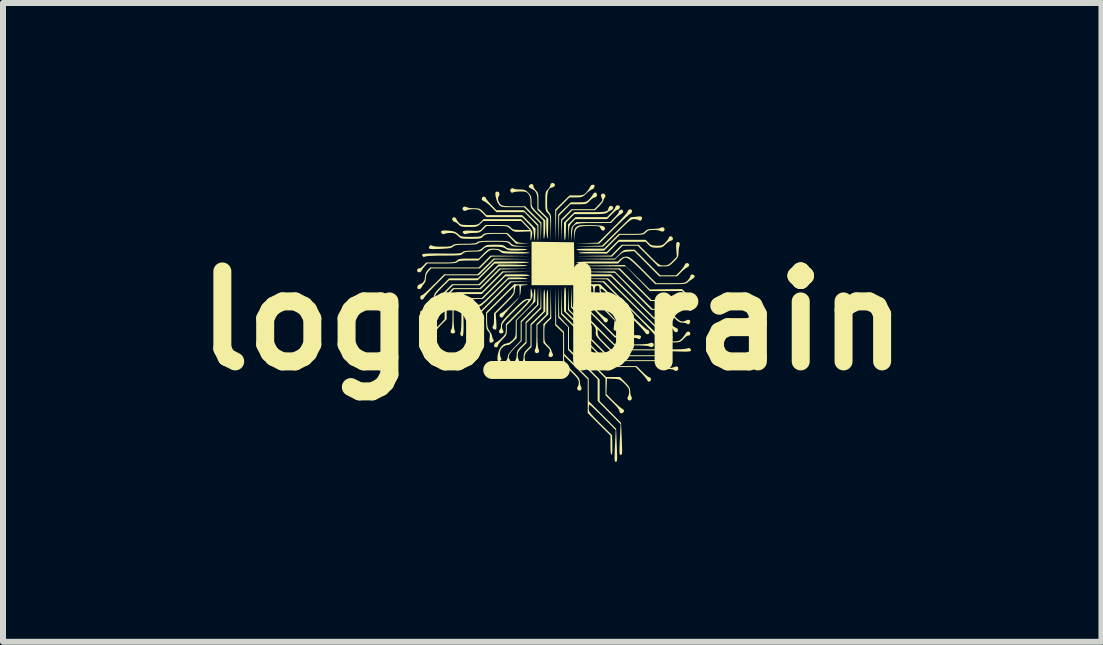
<source format=kicad_pcb>
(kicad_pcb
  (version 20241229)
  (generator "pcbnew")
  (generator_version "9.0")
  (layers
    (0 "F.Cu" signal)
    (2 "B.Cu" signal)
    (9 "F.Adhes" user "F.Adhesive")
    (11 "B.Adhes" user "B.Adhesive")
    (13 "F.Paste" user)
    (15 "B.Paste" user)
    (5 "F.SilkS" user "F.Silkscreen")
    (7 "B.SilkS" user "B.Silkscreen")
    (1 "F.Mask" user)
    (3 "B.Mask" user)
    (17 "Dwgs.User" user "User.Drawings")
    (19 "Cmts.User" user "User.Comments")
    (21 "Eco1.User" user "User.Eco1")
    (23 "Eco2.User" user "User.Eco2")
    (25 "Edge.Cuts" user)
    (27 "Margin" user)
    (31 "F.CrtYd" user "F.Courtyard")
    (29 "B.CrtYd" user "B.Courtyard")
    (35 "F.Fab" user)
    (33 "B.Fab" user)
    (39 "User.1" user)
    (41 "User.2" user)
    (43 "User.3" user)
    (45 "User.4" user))
  (footprint "logo_brain"
    (layer "F.Cu")
    (at 6.157 2.297)
    (property "Reference" "logo_brain" (at 0 0 0) (layer "F.SilkS") (effects (font (size 1.5 1.5) (thickness 0.3))))
    (attr board_only exclude_from_pos_files exclude_from_bom)
    (fp_poly (pts (xy -0.543 -0.402) (xy -0.552 -0.394) (xy -0.543 -0.411)) (stroke (width 0) (type solid)) (fill yes) (layer "F.SilkS"))
    (fp_poly (pts (xy 0.009 -1.312) (xy 0.363 -1.308) (xy 0.367 -0.95) (xy 0.37 -0.592) (xy 0.012 -0.592) (xy -0.345 -0.592) (xy -0.345 -0.954) (xy -0.345 -1.317)) (stroke (width 0) (type solid)) (fill yes) (layer "F.SilkS"))
    (fp_poly (pts (xy -0.556 -0.386) (xy -0.584 -0.349) (xy -0.629 -0.299) (xy -0.664 -0.261) (xy -0.717 -0.202) (xy -0.762 -0.149) (xy -0.795 -0.107) (xy -0.808 -0.085) (xy -0.83 -0.056) (xy -0.851 -0.052) (xy -0.875 -0.069) (xy -0.879 -0.097) (xy -0.864 -0.122) (xy -0.847 -0.129) (xy -0.823 -0.142) (xy -0.782 -0.174) (xy -0.729 -0.22) (xy -0.679 -0.268) (xy -0.552 -0.394)) (stroke (width 0) (type solid)) (fill yes) (layer "F.SilkS"))
    (fp_poly (pts (xy -0.534 -0.655) (xy -0.37 -0.651) (xy -0.526 -0.646) (xy -0.683 -0.641) (xy -0.934 -0.39) (xy -1.184 -0.14) (xy -1.184 0.05) (xy -1.183 0.14) (xy -1.178 0.208) (xy -1.171 0.249) (xy -1.166 0.258) (xy -1.156 0.285) (xy -1.172 0.306) (xy -1.202 0.313) (xy -1.229 0.3) (xy -1.234 0.281) (xy -1.226 0.249) (xy -1.217 0.239) (xy -1.211 0.219) (xy -1.205 0.172) (xy -1.202 0.104) (xy -1.201 0.036) (xy -1.201 -0.157) (xy -0.95 -0.407) (xy -0.699 -0.658)) (stroke (width 0) (type solid)) (fill yes) (layer "F.SilkS"))
    (fp_poly (pts (xy 1.32 -1.853) (xy 1.332 -1.83) (xy 1.333 -1.827) (xy 1.318 -1.793) (xy 1.295 -1.778) (xy 1.273 -1.762) (xy 1.232 -1.726) (xy 1.176 -1.675) (xy 1.109 -1.611) (xy 1.036 -1.538) (xy 1.02 -1.523) (xy 0.782 -1.283) (xy 0.584 -1.287) (xy 0.387 -1.29) (xy 0.576 -1.295) (xy 0.765 -1.301) (xy 1.007 -1.542) (xy 1.08 -1.616) (xy 1.145 -1.684) (xy 1.197 -1.743) (xy 1.235 -1.787) (xy 1.253 -1.814) (xy 1.254 -1.817) (xy 1.268 -1.845) (xy 1.295 -1.857)) (stroke (width 0) (type solid)) (fill yes) (layer "F.SilkS"))
    (fp_poly (pts (xy 1.484 -1.737) (xy 1.495 -1.727) (xy 1.497 -1.712) (xy 1.487 -1.678) (xy 1.465 -1.666) (xy 1.443 -1.676) (xy 1.415 -1.688) (xy 1.371 -1.694) (xy 1.366 -1.694) (xy 1.344 -1.693) (xy 1.322 -1.685) (xy 1.295 -1.669) (xy 1.261 -1.642) (xy 1.215 -1.6) (xy 1.153 -1.54) (xy 1.078 -1.464) (xy 0.848 -1.234) (xy 0.617 -1.237) (xy 0.387 -1.241) (xy 0.609 -1.246) (xy 0.831 -1.251) (xy 1.069 -1.487) (xy 1.308 -1.724) (xy 1.402 -1.734) (xy 1.456 -1.739)) (stroke (width 0) (type solid)) (fill yes) (layer "F.SilkS"))
    (fp_poly (pts (xy 1.417 -0.726) (xy 1.626 -0.522) (xy 1.894 -0.525) (xy 2.163 -0.528) (xy 2.245 -0.445) (xy 2.289 -0.404) (xy 2.328 -0.374) (xy 2.354 -0.362) (xy 2.354 -0.362) (xy 2.383 -0.349) (xy 2.392 -0.322) (xy 2.381 -0.298) (xy 2.352 -0.281) (xy 2.331 -0.295) (xy 2.325 -0.308) (xy 2.309 -0.335) (xy 2.276 -0.375) (xy 2.24 -0.415) (xy 2.165 -0.494) (xy 1.895 -0.494) (xy 1.626 -0.494) (xy 1.427 -0.699) (xy 1.229 -0.905) (xy 0.808 -0.908) (xy 0.387 -0.912) (xy 0.798 -0.921) (xy 1.209 -0.929)) (stroke (width 0) (type solid)) (fill yes) (layer "F.SilkS"))
    (fp_poly (pts (xy 1.309 -0.21) (xy 1.409 -0.109) (xy 1.503 -0.016) (xy 1.588 0.067) (xy 1.661 0.138) (xy 1.72 0.193) (xy 1.762 0.23) (xy 1.783 0.247) (xy 1.785 0.248) (xy 1.81 0.266) (xy 1.817 0.295) (xy 1.806 0.319) (xy 1.792 0.325) (xy 1.763 0.323) (xy 1.755 0.319) (xy 1.745 0.293) (xy 1.744 0.281) (xy 1.732 0.264) (xy 1.7 0.226) (xy 1.65 0.171) (xy 1.583 0.101) (xy 1.504 0.018) (xy 1.413 -0.074) (xy 1.315 -0.174) (xy 1.295 -0.193) (xy 0.847 -0.641) (xy 0.617 -0.646) (xy 0.387 -0.651) (xy 0.626 -0.654) (xy 0.866 -0.658)) (stroke (width 0) (type solid)) (fill yes) (layer "F.SilkS"))
    (fp_poly (pts (xy 1.414 -0.222) (xy 1.519 -0.118) (xy 1.616 -0.022) (xy 1.704 0.065) (xy 1.78 0.138) (xy 1.842 0.197) (xy 1.887 0.239) (xy 1.912 0.261) (xy 1.917 0.263) (xy 1.943 0.253) (xy 1.953 0.245) (xy 1.979 0.235) (xy 2 0.251) (xy 2.007 0.281) (xy 1.995 0.306) (xy 1.959 0.31) (xy 1.925 0.301) (xy 1.908 0.288) (xy 1.871 0.254) (xy 1.815 0.202) (xy 1.744 0.133) (xy 1.66 0.052) (xy 1.566 -0.041) (xy 1.463 -0.142) (xy 1.407 -0.199) (xy 0.913 -0.69) (xy 0.65 -0.695) (xy 0.387 -0.7) (xy 0.658 -0.704) (xy 0.93 -0.707)) (stroke (width 0) (type solid)) (fill yes) (layer "F.SilkS"))
    (fp_poly (pts (xy -0.673 -1.032) (xy -0.37 -1.027) (xy -0.667 -1.024) (xy -0.963 -1.02) (xy -1.094 -0.888) (xy -1.225 -0.757) (xy -1.505 -0.757) (xy -1.786 -0.757) (xy -1.947 -0.595) (xy -2.008 -0.532) (xy -2.061 -0.475) (xy -2.102 -0.429) (xy -2.125 -0.399) (xy -2.128 -0.394) (xy -2.153 -0.359) (xy -2.179 -0.349) (xy -2.197 -0.367) (xy -2.198 -0.368) (xy -2.199 -0.403) (xy -2.179 -0.425) (xy -2.166 -0.428) (xy -2.148 -0.439) (xy -2.112 -0.469) (xy -2.062 -0.515) (xy -2.002 -0.573) (xy -1.974 -0.6) (xy -1.802 -0.773) (xy -1.524 -0.773) (xy -1.246 -0.773) (xy -1.111 -0.905) (xy -0.976 -1.037)) (stroke (width 0) (type solid)) (fill yes) (layer "F.SilkS"))
    (fp_poly (pts (xy -0.233 -0.415) (xy -0.23 -0.262) (xy -0.37 -0.119) (xy -0.51 0.024) (xy -0.51 0.181) (xy -0.51 0.338) (xy -0.617 0.444) (xy -0.68 0.513) (xy -0.716 0.567) (xy -0.726 0.611) (xy -0.711 0.647) (xy -0.705 0.654) (xy -0.695 0.677) (xy -0.707 0.698) (xy -0.736 0.722) (xy -0.759 0.713) (xy -0.768 0.698) (xy -0.767 0.666) (xy -0.759 0.654) (xy -0.744 0.624) (xy -0.74 0.594) (xy -0.728 0.559) (xy -0.691 0.507) (xy -0.633 0.443) (xy -0.526 0.332) (xy -0.526 0.171) (xy -0.526 0.009) (xy -0.391 -0.127) (xy -0.255 -0.264) (xy -0.246 -0.416) (xy -0.236 -0.568)) (stroke (width 0) (type solid)) (fill yes) (layer "F.SilkS"))
    (fp_poly (pts (xy -0.076 -0.506) (xy -0.071 -0.463) (xy -0.069 -0.389) (xy -0.068 -0.337) (xy -0.066 -0.106) (xy -0.156 -0.016) (xy -0.247 0.073) (xy -0.247 0.263) (xy -0.245 0.356) (xy -0.24 0.424) (xy -0.233 0.464) (xy -0.228 0.473) (xy -0.217 0.502) (xy -0.228 0.53) (xy -0.255 0.543) (xy -0.283 0.53) (xy -0.291 0.517) (xy -0.29 0.485) (xy -0.282 0.473) (xy -0.273 0.447) (xy -0.267 0.391) (xy -0.264 0.308) (xy -0.263 0.255) (xy -0.263 0.056) (xy -0.181 -0.025) (xy -0.099 -0.106) (xy -0.097 -0.287) (xy -0.095 -0.386) (xy -0.091 -0.458) (xy -0.086 -0.502) (xy -0.081 -0.519)) (stroke (width 0) (type solid)) (fill yes) (layer "F.SilkS"))
    (fp_poly (pts (xy 0.863 -2.117) (xy 0.885 -2.095) (xy 0.886 -2.065) (xy 0.872 -2.048) (xy 0.858 -2.025) (xy 0.855 -2.009) (xy 0.844 -1.983) (xy 0.815 -1.945) (xy 0.785 -1.912) (xy 0.714 -1.842) (xy 0.525 -1.842) (xy 0.336 -1.842) (xy 0.251 -1.756) (xy 0.166 -1.67) (xy 0.16 -1.497) (xy 0.155 -1.324) (xy 0.152 -1.506) (xy 0.148 -1.687) (xy 0.235 -1.773) (xy 0.322 -1.859) (xy 0.511 -1.859) (xy 0.701 -1.859) (xy 0.773 -1.933) (xy 0.812 -1.974) (xy 0.831 -2.001) (xy 0.834 -2.022) (xy 0.824 -2.046) (xy 0.823 -2.048) (xy 0.812 -2.088) (xy 0.823 -2.114) (xy 0.852 -2.12)) (stroke (width 0) (type solid)) (fill yes) (layer "F.SilkS"))
    (fp_poly (pts (xy 0.744 -2.118) (xy 0.746 -2.081) (xy 0.724 -2.059) (xy 0.709 -2.056) (xy 0.682 -2.045) (xy 0.644 -2.017) (xy 0.625 -1.999) (xy 0.596 -1.97) (xy 0.571 -1.953) (xy 0.539 -1.945) (xy 0.492 -1.942) (xy 0.436 -1.941) (xy 0.303 -1.941) (xy 0.21 -1.847) (xy 0.116 -1.752) (xy 0.111 -1.538) (xy 0.106 -1.324) (xy 0.102 -1.548) (xy 0.099 -1.771) (xy 0.204 -1.873) (xy 0.31 -1.974) (xy 0.44 -1.974) (xy 0.505 -1.975) (xy 0.548 -1.979) (xy 0.577 -1.989) (xy 0.601 -2.009) (xy 0.62 -2.028) (xy 0.653 -2.067) (xy 0.676 -2.101) (xy 0.68 -2.11) (xy 0.7 -2.134) (xy 0.726 -2.136)) (stroke (width 0) (type solid)) (fill yes) (layer "F.SilkS"))
    (fp_poly (pts (xy 1.121 -1.915) (xy 1.127 -1.908) (xy 1.127 -1.885) (xy 1.113 -1.86) (xy 1.093 -1.849) (xy 1.087 -1.85) (xy 1.07 -1.843) (xy 1.038 -1.817) (xy 0.997 -1.778) (xy 0.995 -1.776) (xy 0.914 -1.694) (xy 0.65 -1.694) (xy 0.385 -1.694) (xy 0.333 -1.641) (xy 0.307 -1.611) (xy 0.291 -1.583) (xy 0.282 -1.545) (xy 0.277 -1.489) (xy 0.276 -1.456) (xy 0.27 -1.324) (xy 0.267 -1.465) (xy 0.263 -1.605) (xy 0.326 -1.666) (xy 0.388 -1.727) (xy 0.65 -1.727) (xy 0.912 -1.727) (xy 0.982 -1.797) (xy 1.02 -1.838) (xy 1.046 -1.876) (xy 1.053 -1.895) (xy 1.066 -1.918) (xy 1.093 -1.925)) (stroke (width 0) (type solid)) (fill yes) (layer "F.SilkS"))
    (fp_poly (pts (xy 0.7 -2.266) (xy 0.706 -2.245) (xy 0.705 -2.235) (xy 0.687 -2.201) (xy 0.666 -2.19) (xy 0.636 -2.176) (xy 0.595 -2.145) (xy 0.568 -2.12) (xy 0.531 -2.086) (xy 0.5 -2.067) (xy 0.464 -2.058) (xy 0.409 -2.056) (xy 0.395 -2.056) (xy 0.287 -2.056) (xy 0.177 -1.945) (xy 0.067 -1.834) (xy 0.062 -1.579) (xy 0.057 -1.324) (xy 0.053 -1.588) (xy 0.049 -1.852) (xy 0.169 -1.97) (xy 0.289 -2.089) (xy 0.404 -2.089) (xy 0.466 -2.09) (xy 0.506 -2.096) (xy 0.535 -2.109) (xy 0.563 -2.134) (xy 0.571 -2.143) (xy 0.604 -2.183) (xy 0.625 -2.219) (xy 0.628 -2.229) (xy 0.648 -2.258) (xy 0.672 -2.267)) (stroke (width 0) (type solid)) (fill yes) (layer "F.SilkS"))
    (fp_poly (pts (xy -1.115 -2.058) (xy -1.108 -2.045) (xy -1.092 -2.019) (xy -1.059 -1.978) (xy -1.017 -1.931) (xy -1.014 -1.929) (xy -0.931 -1.842) (xy -0.702 -1.842) (xy -0.474 -1.842) (xy -0.352 -1.721) (xy -0.23 -1.6) (xy -0.23 -1.466) (xy -0.231 -1.405) (xy -0.234 -1.358) (xy -0.237 -1.334) (xy -0.239 -1.333) (xy -0.242 -1.348) (xy -0.245 -1.388) (xy -0.247 -1.445) (xy -0.247 -1.457) (xy -0.247 -1.582) (xy -0.356 -1.696) (xy -0.466 -1.81) (xy -0.698 -1.81) (xy -0.931 -1.81) (xy -1.019 -1.899) (xy -1.066 -1.943) (xy -1.109 -1.977) (xy -1.139 -1.993) (xy -1.142 -1.994) (xy -1.171 -2.011) (xy -1.176 -2.031) (xy -1.165 -2.06) (xy -1.14 -2.07)) (stroke (width 0) (type solid)) (fill yes) (layer "F.SilkS"))
    (fp_poly (pts (xy -0.7 -1.082) (xy -0.37 -1.078) (xy -0.692 -1.073) (xy -1.013 -1.069) (xy -1.111 -0.97) (xy -1.208 -0.872) (xy -1.613 -0.872) (xy -2.017 -0.872) (xy -2.061 -0.826) (xy -2.095 -0.778) (xy -2.106 -0.721) (xy -2.106 -0.713) (xy -2.113 -0.657) (xy -2.132 -0.624) (xy -2.159 -0.591) (xy -2.173 -0.564) (xy -2.194 -0.535) (xy -2.221 -0.525) (xy -2.244 -0.534) (xy -2.251 -0.561) (xy -2.251 -0.563) (xy -2.233 -0.596) (xy -2.213 -0.606) (xy -2.16 -0.63) (xy -2.129 -0.677) (xy -2.122 -0.73) (xy -2.113 -0.789) (xy -2.082 -0.838) (xy -2.078 -0.842) (xy -2.034 -0.888) (xy -1.629 -0.888) (xy -1.225 -0.888) (xy -1.127 -0.987) (xy -1.029 -1.086)) (stroke (width 0) (type solid)) (fill yes) (layer "F.SilkS"))
    (fp_poly (pts (xy 0.618 -1.594) (xy 0.719 -1.592) (xy 0.791 -1.587) (xy 0.839 -1.579) (xy 0.867 -1.566) (xy 0.879 -1.548) (xy 0.88 -1.538) (xy 0.87 -1.508) (xy 0.846 -1.5) (xy 0.82 -1.515) (xy 0.807 -1.537) (xy 0.798 -1.556) (xy 0.786 -1.568) (xy 0.763 -1.575) (xy 0.724 -1.578) (xy 0.661 -1.579) (xy 0.62 -1.579) (xy 0.527 -1.577) (xy 0.462 -1.568) (xy 0.419 -1.549) (xy 0.393 -1.516) (xy 0.379 -1.465) (xy 0.374 -1.415) (xy 0.368 -1.324) (xy 0.365 -1.424) (xy 0.365 -1.483) (xy 0.372 -1.521) (xy 0.388 -1.548) (xy 0.4 -1.56) (xy 0.42 -1.576) (xy 0.443 -1.586) (xy 0.478 -1.592) (xy 0.53 -1.594) (xy 0.607 -1.594)) (stroke (width 0) (type solid)) (fill yes) (layer "F.SilkS"))
    (fp_poly (pts (xy -0.318 -2.264) (xy -0.313 -2.239) (xy -0.301 -2.209) (xy -0.274 -2.174) (xy -0.271 -2.172) (xy -0.251 -2.149) (xy -0.238 -2.123) (xy -0.232 -2.086) (xy -0.23 -2.028) (xy -0.23 -2.001) (xy -0.23 -1.868) (xy -0.147 -1.784) (xy -0.065 -1.7) (xy -0.069 -1.512) (xy -0.072 -1.434) (xy -0.075 -1.387) (xy -0.079 -1.369) (xy -0.084 -1.378) (xy -0.086 -1.39) (xy -0.092 -1.44) (xy -0.097 -1.509) (xy -0.099 -1.58) (xy -0.099 -1.704) (xy -0.173 -1.777) (xy -0.247 -1.849) (xy -0.247 -1.985) (xy -0.25 -2.069) (xy -0.264 -2.127) (xy -0.29 -2.166) (xy -0.333 -2.195) (xy -0.358 -2.206) (xy -0.39 -2.226) (xy -0.389 -2.25) (xy -0.371 -2.27) (xy -0.34 -2.281)) (stroke (width 0) (type solid)) (fill yes) (layer "F.SilkS"))
    (fp_poly (pts (xy -0.184 -0.386) (xy -0.181 -0.205) (xy -0.304 -0.082) (xy -0.428 0.04) (xy -0.428 0.206) (xy -0.428 0.372) (xy -0.502 0.444) (xy -0.545 0.49) (xy -0.568 0.527) (xy -0.575 0.564) (xy -0.576 0.576) (xy -0.571 0.621) (xy -0.559 0.652) (xy -0.557 0.654) (xy -0.546 0.683) (xy -0.557 0.711) (xy -0.584 0.724) (xy -0.612 0.71) (xy -0.62 0.698) (xy -0.619 0.666) (xy -0.611 0.654) (xy -0.599 0.626) (xy -0.593 0.581) (xy -0.592 0.568) (xy -0.589 0.526) (xy -0.575 0.492) (xy -0.544 0.454) (xy -0.518 0.428) (xy -0.444 0.355) (xy -0.444 0.189) (xy -0.444 0.024) (xy -0.321 -0.098) (xy -0.198 -0.22) (xy -0.193 -0.394) (xy -0.188 -0.568)) (stroke (width 0) (type solid)) (fill yes) (layer "F.SilkS"))
    (fp_poly (pts (xy 1.167 -1.851) (xy 1.184 -1.826) (xy 1.175 -1.798) (xy 1.147 -1.778) (xy 1.115 -1.758) (xy 1.073 -1.723) (xy 1.045 -1.696) (xy 0.98 -1.629) (xy 0.7 -1.628) (xy 0.583 -1.628) (xy 0.494 -1.625) (xy 0.43 -1.617) (xy 0.386 -1.603) (xy 0.358 -1.581) (xy 0.342 -1.547) (xy 0.333 -1.501) (xy 0.328 -1.445) (xy 0.318 -1.324) (xy 0.315 -1.439) (xy 0.315 -1.501) (xy 0.32 -1.542) (xy 0.333 -1.57) (xy 0.356 -1.598) (xy 0.357 -1.599) (xy 0.401 -1.645) (xy 0.682 -1.645) (xy 0.964 -1.645) (xy 1.042 -1.724) (xy 1.079 -1.765) (xy 1.104 -1.797) (xy 1.111 -1.812) (xy 1.11 -1.812) (xy 1.112 -1.828) (xy 1.131 -1.845) (xy 1.156 -1.853)) (stroke (width 0) (type solid)) (fill yes) (layer "F.SilkS"))
    (fp_poly (pts (xy 1.39 -0.609) (xy 1.653 -0.345) (xy 1.835 -0.345) (xy 2.017 -0.345) (xy 2.081 -0.28) (xy 2.126 -0.239) (xy 2.164 -0.219) (xy 2.204 -0.214) (xy 2.249 -0.219) (xy 2.281 -0.231) (xy 2.283 -0.233) (xy 2.308 -0.241) (xy 2.332 -0.227) (xy 2.344 -0.201) (xy 2.341 -0.188) (xy 2.323 -0.171) (xy 2.296 -0.165) (xy 2.274 -0.171) (xy 2.27 -0.181) (xy 2.256 -0.191) (xy 2.219 -0.197) (xy 2.2 -0.197) (xy 2.154 -0.201) (xy 2.118 -0.216) (xy 2.079 -0.249) (xy 2.065 -0.263) (xy 2 -0.329) (xy 1.818 -0.329) (xy 1.636 -0.329) (xy 1.374 -0.592) (xy 1.111 -0.855) (xy 0.749 -0.86) (xy 0.387 -0.864) (xy 0.757 -0.868) (xy 1.127 -0.872)) (stroke (width 0) (type solid)) (fill yes) (layer "F.SilkS"))
    (fp_poly (pts (xy -0.894 -2.145) (xy -0.881 -2.128) (xy -0.881 -2.096) (xy -0.888 -2.083) (xy -0.904 -2.046) (xy -0.899 -1.999) (xy -0.876 -1.954) (xy -0.867 -1.944) (xy -0.847 -1.928) (xy -0.824 -1.918) (xy -0.79 -1.912) (xy -0.738 -1.909) (xy -0.661 -1.908) (xy -0.64 -1.908) (xy -0.452 -1.908) (xy -0.316 -1.772) (xy -0.18 -1.635) (xy -0.185 -1.48) (xy -0.191 -1.324) (xy -0.194 -1.473) (xy -0.197 -1.621) (xy -0.333 -1.756) (xy -0.47 -1.892) (xy -0.66 -1.892) (xy -0.742 -1.892) (xy -0.798 -1.894) (xy -0.835 -1.899) (xy -0.859 -1.908) (xy -0.877 -1.922) (xy -0.887 -1.932) (xy -0.91 -1.968) (xy -0.93 -2.019) (xy -0.944 -2.073) (xy -0.949 -2.119) (xy -0.945 -2.14) (xy -0.921 -2.155)) (stroke (width 0) (type solid)) (fill yes) (layer "F.SilkS"))
    (fp_poly (pts (xy -0.625 -0.868) (xy -0.37 -0.865) (xy -0.618 -0.86) (xy -0.865 -0.855) (xy -1.029 -0.691) (xy -1.192 -0.526) (xy -1.415 -0.526) (xy -1.638 -0.526) (xy -1.699 -0.464) (xy -1.76 -0.402) (xy -1.76 -0.213) (xy -1.76 -0.024) (xy -1.851 0.066) (xy -1.894 0.112) (xy -1.926 0.153) (xy -1.941 0.182) (xy -1.941 0.185) (xy -1.954 0.209) (xy -1.974 0.214) (xy -2.002 0.202) (xy -2.007 0.181) (xy -1.997 0.154) (xy -1.982 0.148) (xy -1.959 0.137) (xy -1.922 0.107) (xy -1.879 0.065) (xy -1.875 0.062) (xy -1.794 -0.025) (xy -1.793 -0.213) (xy -1.793 -0.402) (xy -1.724 -0.472) (xy -1.655 -0.543) (xy -1.432 -0.543) (xy -1.209 -0.543) (xy -1.045 -0.707) (xy -0.881 -0.872)) (stroke (width 0) (type solid)) (fill yes) (layer "F.SilkS"))
    (fp_poly (pts (xy 1.358 -0.51) (xy 1.672 -0.197) (xy 1.795 -0.197) (xy 1.917 -0.197) (xy 2.023 -0.09) (xy 2.078 -0.038) (xy 2.117 -0.005) (xy 2.148 0.01) (xy 2.176 0.013) (xy 2.176 0.013) (xy 2.213 0.006) (xy 2.231 -0.004) (xy 2.252 -0.014) (xy 2.272 -0.016) (xy 2.297 -0.008) (xy 2.3 0.019) (xy 2.287 0.051) (xy 2.265 0.063) (xy 2.246 0.05) (xy 2.224 0.039) (xy 2.183 0.033) (xy 2.174 0.033) (xy 2.142 0.03) (xy 2.112 0.018) (xy 2.078 -0.006) (xy 2.032 -0.049) (xy 2.007 -0.074) (xy 1.901 -0.181) (xy 1.775 -0.181) (xy 1.65 -0.181) (xy 1.347 -0.489) (xy 1.045 -0.798) (xy 0.716 -0.807) (xy 0.387 -0.816) (xy 0.715 -0.819) (xy 1.044 -0.823)) (stroke (width 0) (type solid)) (fill yes) (layer "F.SilkS"))
    (fp_poly (pts (xy 1.007 -1.905) (xy 1.017 -1.88) (xy 1.005 -1.855) (xy 0.992 -1.848) (xy 0.957 -1.83) (xy 0.923 -1.807) (xy 0.904 -1.795) (xy 0.879 -1.787) (xy 0.842 -1.782) (xy 0.788 -1.778) (xy 0.711 -1.777) (xy 0.626 -1.777) (xy 0.369 -1.777) (xy 0.3 -1.707) (xy 0.232 -1.637) (xy 0.227 -1.483) (xy 0.224 -1.418) (xy 0.219 -1.37) (xy 0.213 -1.344) (xy 0.21 -1.342) (xy 0.204 -1.363) (xy 0.2 -1.409) (xy 0.198 -1.47) (xy 0.197 -1.496) (xy 0.197 -1.638) (xy 0.284 -1.724) (xy 0.371 -1.81) (xy 0.636 -1.81) (xy 0.74 -1.81) (xy 0.817 -1.812) (xy 0.869 -1.817) (xy 0.903 -1.826) (xy 0.924 -1.839) (xy 0.934 -1.859) (xy 0.94 -1.884) (xy 0.959 -1.911) (xy 0.979 -1.917)) (stroke (width 0) (type solid)) (fill yes) (layer "F.SilkS"))
    (fp_poly (pts (xy -0.02 -0.303) (xy -0.016 -0.039) (xy -0.074 0.016) (xy -0.102 0.045) (xy -0.119 0.069) (xy -0.128 0.099) (xy -0.131 0.144) (xy -0.132 0.212) (xy -0.132 0.214) (xy -0.131 0.283) (xy -0.128 0.328) (xy -0.119 0.358) (xy -0.102 0.383) (xy -0.075 0.411) (xy -0.074 0.411) (xy -0.04 0.449) (xy -0.019 0.482) (xy -0.016 0.493) (xy -0.005 0.528) (xy 0.002 0.538) (xy 0.013 0.568) (xy 0.011 0.583) (xy -0.011 0.605) (xy -0.042 0.605) (xy -0.059 0.591) (xy -0.06 0.564) (xy -0.048 0.533) (xy -0.038 0.507) (xy -0.042 0.485) (xy -0.063 0.456) (xy -0.088 0.431) (xy -0.148 0.369) (xy -0.148 0.212) (xy -0.148 0.056) (xy -0.091 0.000391) (xy -0.034 -0.055) (xy -0.029 -0.311) (xy -0.024 -0.568)) (stroke (width 0) (type solid)) (fill yes) (layer "F.SilkS"))
    (fp_poly (pts (xy -0.13 -0.512) (xy -0.124 -0.477) (xy -0.12 -0.415) (xy -0.117 -0.326) (xy -0.117 -0.312) (xy -0.115 -0.155) (xy -0.23 -0.041) (xy -0.345 0.073) (xy -0.345 0.255) (xy -0.345 0.438) (xy -0.403 0.494) (xy -0.442 0.538) (xy -0.458 0.58) (xy -0.461 0.609) (xy -0.456 0.653) (xy -0.444 0.684) (xy -0.442 0.687) (xy -0.431 0.716) (xy -0.442 0.744) (xy -0.469 0.757) (xy -0.496 0.743) (xy -0.504 0.731) (xy -0.503 0.699) (xy -0.496 0.687) (xy -0.484 0.659) (xy -0.477 0.614) (xy -0.477 0.6) (xy -0.472 0.552) (xy -0.453 0.513) (xy -0.419 0.477) (xy -0.362 0.421) (xy -0.362 0.239) (xy -0.362 0.057) (xy -0.255 -0.049) (xy -0.148 -0.155) (xy -0.146 -0.361) (xy -0.144 -0.445) (xy -0.14 -0.498) (xy -0.135 -0.52)) (stroke (width 0) (type solid)) (fill yes) (layer "F.SilkS"))
    (fp_poly (pts (xy 1.587 -0.971) (xy 1.801 -0.757) (xy 1.933 -0.757) (xy 2.066 -0.757) (xy 2.134 -0.827) (xy 2.172 -0.87) (xy 2.199 -0.909) (xy 2.207 -0.929) (xy 2.224 -0.955) (xy 2.252 -0.962) (xy 2.277 -0.949) (xy 2.284 -0.934) (xy 2.274 -0.905) (xy 2.251 -0.89) (xy 2.218 -0.87) (xy 2.175 -0.834) (xy 2.148 -0.808) (xy 2.083 -0.74) (xy 1.934 -0.74) (xy 1.784 -0.74) (xy 1.575 -0.95) (xy 1.366 -1.16) (xy 1.271 -1.154) (xy 1.213 -1.148) (xy 1.172 -1.135) (xy 1.133 -1.106) (xy 1.109 -1.084) (xy 1.043 -1.019) (xy 0.715 -1.024) (xy 0.387 -1.029) (xy 0.716 -1.033) (xy 1.046 -1.036) (xy 1.119 -1.11) (xy 1.161 -1.151) (xy 1.193 -1.173) (xy 1.229 -1.183) (xy 1.28 -1.184) (xy 1.283 -1.184) (xy 1.374 -1.184)) (stroke (width 0) (type solid)) (fill yes) (layer "F.SilkS"))
    (fp_poly (pts (xy 0.111 -0.321) (xy 0.116 -0.074) (xy 0.198 0.016) (xy 0.279 0.107) (xy 0.279 0.288) (xy 0.28 0.469) (xy 0.535 0.724) (xy 0.79 0.978) (xy 0.79 1.159) (xy 0.79 1.34) (xy 0.969 1.521) (xy 1.148 1.703) (xy 1.159 1.97) (xy 1.163 2.07) (xy 1.165 2.141) (xy 1.165 2.189) (xy 1.162 2.218) (xy 1.156 2.232) (xy 1.147 2.237) (xy 1.143 2.237) (xy 1.133 2.235) (xy 1.126 2.224) (xy 1.122 2.2) (xy 1.121 2.158) (xy 1.123 2.093) (xy 1.127 2.001) (xy 1.128 1.981) (xy 1.14 1.725) (xy 0.948 1.532) (xy 0.757 1.338) (xy 0.757 1.158) (xy 0.757 0.978) (xy 0.51 0.732) (xy 0.263 0.486) (xy 0.263 0.296) (xy 0.263 0.106) (xy 0.181 0.025) (xy 0.099 -0.056) (xy 0.102 -0.312) (xy 0.106 -0.568)) (stroke (width 0) (type solid)) (fill yes) (layer "F.SilkS"))
    (fp_poly (pts (xy 1.341 -0.411) (xy 1.702 -0.049) (xy 1.785 -0.049) (xy 1.831 -0.048) (xy 1.865 -0.039) (xy 1.897 -0.017) (xy 1.939 0.022) (xy 1.949 0.032) (xy 1.994 0.074) (xy 2.035 0.105) (xy 2.063 0.118) (xy 2.092 0.136) (xy 2.097 0.156) (xy 2.087 0.186) (xy 2.062 0.194) (xy 2.036 0.18) (xy 2.025 0.162) (xy 2.006 0.13) (xy 1.971 0.086) (xy 1.933 0.045) (xy 1.889 0.003) (xy 1.856 -0.02) (xy 1.822 -0.031) (xy 1.776 -0.033) (xy 1.771 -0.033) (xy 1.686 -0.033) (xy 1.333 -0.387) (xy 0.979 -0.74) (xy 0.686 -0.74) (xy 0.57 -0.741) (xy 0.483 -0.744) (xy 0.428 -0.748) (xy 0.404 -0.754) (xy 0.403 -0.757) (xy 0.423 -0.763) (xy 0.472 -0.768) (xy 0.547 -0.771) (xy 0.643 -0.773) (xy 0.696 -0.773) (xy 0.979 -0.773)) (stroke (width 0) (type solid)) (fill yes) (layer "F.SilkS"))
    (fp_poly (pts (xy -1.427 -1.894) (xy -1.401 -1.884) (xy -1.354 -1.877) (xy -1.308 -1.875) (xy -1.25 -1.874) (xy -1.212 -1.866) (xy -1.182 -1.847) (xy -1.152 -1.818) (xy -1.096 -1.76) (xy -0.798 -1.76) (xy -0.501 -1.76) (xy -0.389 -1.648) (xy -0.278 -1.536) (xy -0.284 -1.43) (xy -0.287 -1.377) (xy -0.291 -1.342) (xy -0.294 -1.333) (xy -0.298 -1.352) (xy -0.302 -1.394) (xy -0.307 -1.439) (xy -0.312 -1.49) (xy -0.322 -1.528) (xy -0.342 -1.561) (xy -0.378 -1.602) (xy -0.408 -1.633) (xy -0.501 -1.727) (xy -0.798 -1.727) (xy -1.096 -1.727) (xy -1.16 -1.793) (xy -1.2 -1.831) (xy -1.233 -1.851) (xy -1.275 -1.858) (xy -1.316 -1.859) (xy -1.37 -1.856) (xy -1.412 -1.848) (xy -1.427 -1.84) (xy -1.456 -1.829) (xy -1.484 -1.84) (xy -1.497 -1.867) (xy -1.484 -1.894) (xy -1.455 -1.905)) (stroke (width 0) (type solid)) (fill yes) (layer "F.SilkS"))
    (fp_poly (pts (xy 0.221 -0.544) (xy 0.226 -0.498) (xy 0.23 -0.428) (xy 0.23 -0.357) (xy 0.23 -0.155) (xy 0.354 -0.033) (xy 0.477 0.09) (xy 0.477 0.238) (xy 0.477 0.387) (xy 0.662 0.572) (xy 0.848 0.757) (xy 1.128 0.757) (xy 1.408 0.757) (xy 1.497 0.847) (xy 1.542 0.89) (xy 1.58 0.922) (xy 1.603 0.937) (xy 1.605 0.938) (xy 1.635 0.949) (xy 1.649 0.975) (xy 1.641 1.001) (xy 1.612 1.019) (xy 1.591 1.005) (xy 1.585 0.991) (xy 1.569 0.966) (xy 1.536 0.926) (xy 1.493 0.878) (xy 1.483 0.868) (xy 1.391 0.773) (xy 1.111 0.773) (xy 0.83 0.773) (xy 0.645 0.588) (xy 0.461 0.403) (xy 0.461 0.254) (xy 0.461 0.106) (xy 0.329 -0.025) (xy 0.197 -0.156) (xy 0.197 -0.357) (xy 0.199 -0.445) (xy 0.202 -0.511) (xy 0.208 -0.55) (xy 0.214 -0.559)) (stroke (width 0) (type solid)) (fill yes) (layer "F.SilkS"))
    (fp_poly (pts (xy -0.601 -0.819) (xy -0.37 -0.815) (xy -0.593 -0.81) (xy -0.816 -0.805) (xy -0.996 -0.625) (xy -1.176 -0.444) (xy -1.373 -0.444) (xy -1.456 -0.444) (xy -1.514 -0.442) (xy -1.551 -0.438) (xy -1.575 -0.43) (xy -1.593 -0.417) (xy -1.608 -0.4) (xy -1.622 -0.382) (xy -1.632 -0.361) (xy -1.639 -0.333) (xy -1.643 -0.291) (xy -1.645 -0.229) (xy -1.645 -0.143) (xy -1.645 -0.108) (xy -1.644 0.003) (xy -1.64 0.086) (xy -1.634 0.139) (xy -1.627 0.16) (xy -1.617 0.186) (xy -1.633 0.207) (xy -1.663 0.214) (xy -1.689 0.202) (xy -1.694 0.182) (xy -1.687 0.15) (xy -1.678 0.14) (xy -1.672 0.12) (xy -1.667 0.071) (xy -1.663 -0.002) (xy -1.662 -0.094) (xy -1.662 -0.121) (xy -1.662 -0.372) (xy -1.607 -0.424) (xy -1.553 -0.477) (xy -1.364 -0.477) (xy -1.176 -0.477) (xy -1.003 -0.65) (xy -0.831 -0.823)) (stroke (width 0) (type solid)) (fill yes) (layer "F.SilkS"))
    (fp_poly (pts (xy -0.492 -0.772) (xy -0.427 -0.768) (xy -0.388 -0.762) (xy -0.378 -0.757) (xy -0.394 -0.75) (xy -0.439 -0.744) (xy -0.51 -0.741) (xy -0.58 -0.74) (xy -0.782 -0.74) (xy -0.971 -0.551) (xy -1.159 -0.362) (xy -1.254 -0.362) (xy -1.312 -0.36) (xy -1.351 -0.349) (xy -1.388 -0.325) (xy -1.416 -0.301) (xy -1.483 -0.241) (xy -1.479 0.006) (xy -1.478 0.111) (xy -1.48 0.187) (xy -1.485 0.235) (xy -1.494 0.258) (xy -1.508 0.26) (xy -1.526 0.243) (xy -1.527 0.243) (xy -1.535 0.21) (xy -1.529 0.197) (xy -1.523 0.172) (xy -1.518 0.121) (xy -1.515 0.052) (xy -1.514 -0.028) (xy -1.514 -0.032) (xy -1.513 -0.237) (xy -1.444 -0.308) (xy -1.403 -0.347) (xy -1.371 -0.368) (xy -1.334 -0.377) (xy -1.277 -0.378) (xy -1.275 -0.378) (xy -1.176 -0.378) (xy -0.979 -0.576) (xy -0.782 -0.773) (xy -0.58 -0.773)) (stroke (width 0) (type solid)) (fill yes) (layer "F.SilkS"))
    (fp_poly (pts (xy 0.276 -0.378) (xy 0.28 -0.188) (xy 0.419 -0.049) (xy 0.559 0.09) (xy 0.559 0.206) (xy 0.559 0.321) (xy 0.728 0.49) (xy 0.897 0.658) (xy 1.317 0.658) (xy 1.737 0.658) (xy 1.801 0.724) (xy 1.844 0.763) (xy 1.879 0.783) (xy 1.921 0.789) (xy 1.937 0.79) (xy 1.989 0.785) (xy 2.032 0.774) (xy 2.04 0.769) (xy 2.074 0.761) (xy 2.099 0.776) (xy 2.102 0.807) (xy 2.1 0.813) (xy 2.078 0.835) (xy 2.049 0.836) (xy 2.032 0.823) (xy 2.011 0.813) (xy 1.968 0.807) (xy 1.935 0.806) (xy 1.883 0.804) (xy 1.846 0.793) (xy 1.811 0.766) (xy 1.785 0.74) (xy 1.721 0.674) (xy 1.301 0.674) (xy 0.881 0.674) (xy 0.712 0.506) (xy 0.543 0.338) (xy 0.543 0.222) (xy 0.542 0.107) (xy 0.402 -0.036) (xy 0.262 -0.179) (xy 0.267 -0.373) (xy 0.273 -0.568)) (stroke (width 0) (type solid)) (fill yes) (layer "F.SilkS"))
    (fp_poly (pts (xy -0.683 -0.936) (xy -0.598 -0.934) (xy -0.52 -0.931) (xy -0.459 -0.927) (xy -0.421 -0.922) (xy -0.419 -0.921) (xy -0.416 -0.917) (xy -0.443 -0.913) (xy -0.497 -0.91) (xy -0.576 -0.907) (xy -0.634 -0.907) (xy -0.897 -0.905) (xy -1.053 -0.749) (xy -1.208 -0.592) (xy -1.431 -0.592) (xy -1.654 -0.592) (xy -1.74 -0.505) (xy -1.826 -0.418) (xy -1.826 -0.287) (xy -1.826 -0.155) (xy -1.918 -0.065) (xy -1.964 -0.017) (xy -2.002 0.027) (xy -2.023 0.059) (xy -2.025 0.062) (xy -2.047 0.091) (xy -2.075 0.098) (xy -2.097 0.084) (xy -2.099 0.053) (xy -2.082 0.026) (xy -2.058 0.016) (xy -2.034 0.005) (xy -1.995 -0.024) (xy -1.95 -0.065) (xy -1.945 -0.07) (xy -1.859 -0.157) (xy -1.859 -0.288) (xy -1.859 -0.419) (xy -1.765 -0.514) (xy -1.671 -0.609) (xy -1.448 -0.609) (xy -1.225 -0.609) (xy -1.061 -0.773) (xy -0.897 -0.938)) (stroke (width 0) (type solid)) (fill yes) (layer "F.SilkS"))
    (fp_poly (pts (xy 0.024 -2.293) (xy 0.045 -2.273) (xy 0.041 -2.247) (xy 0.017 -2.227) (xy 0.006 -2.224) (xy -0.033 -2.212) (xy -0.059 -2.187) (xy -0.075 -2.143) (xy -0.084 -2.075) (xy -0.086 -2) (xy -0.086 -1.925) (xy -0.083 -1.875) (xy -0.076 -1.842) (xy -0.064 -1.818) (xy -0.052 -1.804) (xy -0.037 -1.786) (xy -0.027 -1.766) (xy -0.021 -1.738) (xy -0.019 -1.694) (xy -0.019 -1.63) (xy -0.021 -1.545) (xy -0.026 -1.324) (xy -0.029 -1.539) (xy -0.031 -1.628) (xy -0.034 -1.689) (xy -0.038 -1.73) (xy -0.046 -1.757) (xy -0.058 -1.776) (xy -0.074 -1.793) (xy -0.093 -1.813) (xy -0.105 -1.836) (xy -0.112 -1.868) (xy -0.115 -1.919) (xy -0.115 -1.991) (xy -0.115 -2.065) (xy -0.112 -2.114) (xy -0.105 -2.146) (xy -0.093 -2.168) (xy -0.074 -2.188) (xy -0.046 -2.223) (xy -0.033 -2.254) (xy -0.033 -2.256) (xy -0.022 -2.289) (xy 0.008 -2.297)) (stroke (width 0) (type solid)) (fill yes) (layer "F.SilkS"))
    (fp_poly (pts (xy 0.325 -0.402) (xy 0.33 -0.237) (xy 0.494 -0.073) (xy 0.658 0.09) (xy 0.658 0.197) (xy 0.658 0.305) (xy 0.794 0.44) (xy 0.93 0.576) (xy 1.391 0.576) (xy 1.853 0.576) (xy 1.9 0.526) (xy 1.925 0.502) (xy 1.95 0.488) (xy 1.982 0.48) (xy 2.032 0.477) (xy 2.085 0.477) (xy 2.153 0.475) (xy 2.21 0.47) (xy 2.248 0.463) (xy 2.253 0.461) (xy 2.285 0.455) (xy 2.303 0.468) (xy 2.315 0.49) (xy 2.309 0.505) (xy 2.28 0.513) (xy 2.226 0.516) (xy 2.143 0.514) (xy 2.127 0.514) (xy 2.049 0.511) (xy 1.996 0.511) (xy 1.962 0.514) (xy 1.939 0.523) (xy 1.921 0.538) (xy 1.91 0.549) (xy 1.87 0.592) (xy 1.391 0.592) (xy 0.912 0.592) (xy 0.777 0.456) (xy 0.642 0.32) (xy 0.642 0.213) (xy 0.642 0.106) (xy 0.477 -0.058) (xy 0.313 -0.221) (xy 0.316 -0.395) (xy 0.32 -0.568)) (stroke (width 0) (type solid)) (fill yes) (layer "F.SilkS"))
    (fp_poly (pts (xy 1.863 -1.549) (xy 1.875 -1.522) (xy 1.862 -1.494) (xy 1.834 -1.484) (xy 1.805 -1.495) (xy 1.779 -1.505) (xy 1.733 -1.512) (xy 1.694 -1.513) (xy 1.636 -1.511) (xy 1.598 -1.501) (xy 1.569 -1.479) (xy 1.563 -1.472) (xy 1.545 -1.455) (xy 1.525 -1.443) (xy 1.498 -1.436) (xy 1.455 -1.433) (xy 1.391 -1.431) (xy 1.325 -1.431) (xy 1.126 -1.431) (xy 0.995 -1.3) (xy 0.864 -1.168) (xy 0.639 -1.168) (xy 0.548 -1.169) (xy 0.476 -1.172) (xy 0.426 -1.177) (xy 0.403 -1.184) (xy 0.403 -1.184) (xy 0.414 -1.192) (xy 0.457 -1.197) (xy 0.531 -1.2) (xy 0.629 -1.201) (xy 0.864 -1.201) (xy 0.987 -1.324) (xy 1.11 -1.448) (xy 1.309 -1.448) (xy 1.393 -1.448) (xy 1.451 -1.45) (xy 1.489 -1.454) (xy 1.514 -1.462) (xy 1.533 -1.475) (xy 1.546 -1.489) (xy 1.574 -1.512) (xy 1.606 -1.525) (xy 1.654 -1.53) (xy 1.686 -1.53) (xy 1.742 -1.533) (xy 1.786 -1.54) (xy 1.805 -1.549) (xy 1.834 -1.56)) (stroke (width 0) (type solid)) (fill yes) (layer "F.SilkS"))
    (fp_poly (pts (xy 1.999 -1.399) (xy 2.014 -1.37) (xy 2.004 -1.344) (xy 1.976 -1.333) (xy 1.948 -1.321) (xy 1.911 -1.293) (xy 1.892 -1.275) (xy 1.856 -1.241) (xy 1.823 -1.224) (xy 1.78 -1.218) (xy 1.744 -1.217) (xy 1.687 -1.22) (xy 1.65 -1.23) (xy 1.619 -1.252) (xy 1.604 -1.267) (xy 1.557 -1.316) (xy 1.333 -1.316) (xy 1.109 -1.316) (xy 1.012 -1.217) (xy 0.914 -1.119) (xy 0.65 -1.121) (xy 0.551 -1.122) (xy 0.484 -1.124) (xy 0.446 -1.127) (xy 0.437 -1.131) (xy 0.452 -1.136) (xy 0.496 -1.142) (xy 0.562 -1.146) (xy 0.642 -1.148) (xy 0.712 -1.148) (xy 0.907 -1.146) (xy 1.009 -1.248) (xy 1.111 -1.349) (xy 1.334 -1.349) (xy 1.557 -1.349) (xy 1.604 -1.3) (xy 1.636 -1.27) (xy 1.669 -1.256) (xy 1.716 -1.251) (xy 1.744 -1.25) (xy 1.8 -1.252) (xy 1.837 -1.262) (xy 1.869 -1.285) (xy 1.889 -1.305) (xy 1.92 -1.341) (xy 1.939 -1.37) (xy 1.941 -1.378) (xy 1.953 -1.403) (xy 1.981 -1.408)) (stroke (width 0) (type solid)) (fill yes) (layer "F.SilkS"))
    (fp_poly (pts (xy 2.112 -1.309) (xy 2.127 -1.286) (xy 2.123 -1.252) (xy 2.121 -1.248) (xy 2.112 -1.215) (xy 2.106 -1.164) (xy 2.106 -1.14) (xy 2.104 -1.094) (xy 2.094 -1.061) (xy 2.07 -1.027) (xy 2.028 -0.984) (xy 2.027 -0.982) (xy 1.983 -0.941) (xy 1.949 -0.917) (xy 1.915 -0.907) (xy 1.868 -0.905) (xy 1.858 -0.905) (xy 1.768 -0.905) (xy 1.596 -1.078) (xy 1.424 -1.25) (xy 1.299 -1.25) (xy 1.175 -1.25) (xy 1.086 -1.16) (xy 0.996 -1.069) (xy 0.691 -1.073) (xy 0.387 -1.077) (xy 0.684 -1.082) (xy 0.981 -1.086) (xy 1.07 -1.177) (xy 1.159 -1.267) (xy 1.299 -1.267) (xy 1.44 -1.267) (xy 1.612 -1.094) (xy 1.679 -1.027) (xy 1.728 -0.98) (xy 1.764 -0.95) (xy 1.792 -0.932) (xy 1.816 -0.924) (xy 1.843 -0.921) (xy 1.859 -0.921) (xy 1.904 -0.924) (xy 1.939 -0.936) (xy 1.974 -0.963) (xy 2.006 -0.994) (xy 2.077 -1.067) (xy 2.069 -1.185) (xy 2.066 -1.249) (xy 2.068 -1.287) (xy 2.077 -1.307) (xy 2.085 -1.312)) (stroke (width 0) (type solid)) (fill yes) (layer "F.SilkS"))
    (fp_poly (pts (xy -0.652 -2.205) (xy -0.627 -2.196) (xy -0.581 -2.189) (xy -0.543 -2.188) (xy -0.486 -2.186) (xy -0.449 -2.176) (xy -0.417 -2.153) (xy -0.398 -2.134) (xy -0.366 -2.097) (xy -0.351 -2.061) (xy -0.346 -2.013) (xy -0.345 -1.989) (xy -0.345 -1.947) (xy -0.34 -1.916) (xy -0.326 -1.888) (xy -0.299 -1.854) (xy -0.255 -1.809) (xy -0.23 -1.785) (xy -0.115 -1.671) (xy -0.116 -1.563) (xy -0.119 -1.495) (xy -0.125 -1.428) (xy -0.131 -1.39) (xy -0.137 -1.367) (xy -0.141 -1.368) (xy -0.144 -1.395) (xy -0.146 -1.452) (xy -0.146 -1.497) (xy -0.148 -1.671) (xy -0.255 -1.777) (xy -0.305 -1.827) (xy -0.337 -1.863) (xy -0.354 -1.892) (xy -0.361 -1.923) (xy -0.362 -1.965) (xy -0.362 -1.976) (xy -0.366 -2.043) (xy -0.382 -2.091) (xy -0.396 -2.112) (xy -0.419 -2.136) (xy -0.446 -2.149) (xy -0.487 -2.154) (xy -0.533 -2.155) (xy -0.589 -2.152) (xy -0.633 -2.146) (xy -0.652 -2.138) (xy -0.674 -2.132) (xy -0.69 -2.146) (xy -0.703 -2.172) (xy -0.69 -2.197) (xy -0.667 -2.212)) (stroke (width 0) (type solid)) (fill yes) (layer "F.SilkS"))
    (fp_poly (pts (xy -0.285 -0.526) (xy -0.283 -0.487) (xy -0.282 -0.445) (xy -0.28 -0.323) (xy -0.436 -0.164) (xy -0.592 -0.005) (xy -0.592 0.142) (xy -0.592 0.289) (xy -0.657 0.353) (xy -0.703 0.392) (xy -0.738 0.407) (xy -0.747 0.406) (xy -0.776 0.41) (xy -0.815 0.432) (xy -0.822 0.438) (xy -0.858 0.477) (xy -0.871 0.52) (xy -0.872 0.543) (xy -0.868 0.587) (xy -0.859 0.614) (xy -0.856 0.616) (xy -0.847 0.638) (xy -0.85 0.65) (xy -0.871 0.671) (xy -0.898 0.672) (xy -0.911 0.661) (xy -0.914 0.638) (xy -0.911 0.594) (xy -0.907 0.561) (xy -0.885 0.487) (xy -0.848 0.428) (xy -0.801 0.389) (xy -0.757 0.378) (xy -0.711 0.364) (xy -0.661 0.324) (xy -0.636 0.296) (xy -0.62 0.27) (xy -0.612 0.237) (xy -0.609 0.189) (xy -0.609 0.131) (xy -0.608 -0.008) (xy -0.461 -0.156) (xy -0.4 -0.218) (xy -0.359 -0.262) (xy -0.333 -0.295) (xy -0.319 -0.323) (xy -0.313 -0.351) (xy -0.311 -0.386) (xy -0.311 -0.387) (xy -0.307 -0.447) (xy -0.3 -0.501) (xy -0.296 -0.518) (xy -0.29 -0.536)) (stroke (width 0) (type solid)) (fill yes) (layer "F.SilkS"))
    (fp_poly (pts (xy -0.576 -0.986) (xy -0.496 -0.984) (xy -0.434 -0.981) (xy -0.396 -0.977) (xy -0.385 -0.973) (xy -0.403 -0.969) (xy -0.449 -0.964) (xy -0.517 -0.96) (xy -0.601 -0.957) (xy -0.678 -0.956) (xy -0.962 -0.952) (xy -1.103 -0.813) (xy -1.243 -0.674) (xy -1.481 -0.674) (xy -1.718 -0.674) (xy -1.838 -0.556) (xy -1.893 -0.499) (xy -1.929 -0.458) (xy -1.948 -0.427) (xy -1.956 -0.398) (xy -1.958 -0.378) (xy -1.962 -0.34) (xy -1.98 -0.304) (xy -2.017 -0.263) (xy -2.033 -0.246) (xy -2.076 -0.201) (xy -2.109 -0.16) (xy -2.123 -0.136) (xy -2.146 -0.106) (xy -2.174 -0.1) (xy -2.197 -0.12) (xy -2.199 -0.124) (xy -2.201 -0.153) (xy -2.177 -0.168) (xy -2.164 -0.171) (xy -2.14 -0.184) (xy -2.101 -0.214) (xy -2.056 -0.255) (xy -2.056 -0.255) (xy -2.01 -0.303) (xy -1.985 -0.34) (xy -1.975 -0.374) (xy -1.974 -0.395) (xy -1.971 -0.424) (xy -1.96 -0.452) (xy -1.937 -0.485) (xy -1.897 -0.529) (xy -1.846 -0.58) (xy -1.718 -0.707) (xy -1.48 -0.707) (xy -1.241 -0.707) (xy -1.102 -0.847) (xy -0.963 -0.987) (xy -0.67 -0.987)) (stroke (width 0) (type solid)) (fill yes) (layer "F.SilkS"))
    (fp_poly (pts (xy -0.547 -0.72) (xy -0.48 -0.715) (xy -0.436 -0.709) (xy -0.413 -0.703) (xy -0.414 -0.698) (xy -0.441 -0.695) (xy -0.497 -0.694) (xy -0.551 -0.693) (xy -0.733 -0.691) (xy -0.962 -0.461) (xy -1.041 -0.382) (xy -1.101 -0.323) (xy -1.146 -0.282) (xy -1.179 -0.255) (xy -1.205 -0.24) (xy -1.227 -0.233) (xy -1.25 -0.23) (xy -1.26 -0.23) (xy -1.306 -0.228) (xy -1.338 -0.216) (xy -1.36 -0.192) (xy -1.373 -0.15) (xy -1.38 -0.085) (xy -1.382 0.006) (xy -1.382 0.035) (xy -1.38 0.131) (xy -1.376 0.202) (xy -1.369 0.246) (xy -1.364 0.258) (xy -1.353 0.284) (xy -1.37 0.305) (xy -1.401 0.313) (xy -1.424 0.308) (xy -1.429 0.288) (xy -1.425 0.261) (xy -1.421 0.224) (xy -1.417 0.163) (xy -1.415 0.087) (xy -1.415 0.024) (xy -1.414 -0.058) (xy -1.412 -0.114) (xy -1.407 -0.151) (xy -1.397 -0.178) (xy -1.382 -0.201) (xy -1.372 -0.213) (xy -1.335 -0.248) (xy -1.295 -0.262) (xy -1.262 -0.263) (xy -1.238 -0.264) (xy -1.215 -0.269) (xy -1.191 -0.281) (xy -1.16 -0.304) (xy -1.12 -0.339) (xy -1.066 -0.391) (xy -0.994 -0.461) (xy -0.963 -0.491) (xy -0.732 -0.72) (xy -0.617 -0.721)) (stroke (width 0) (type solid)) (fill yes) (layer "F.SilkS"))
    (fp_poly (pts (xy 1.255 -1.068) (xy 1.278 -1.06) (xy 1.304 -1.044) (xy 1.339 -1.016) (xy 1.385 -0.974) (xy 1.447 -0.913) (xy 1.513 -0.847) (xy 1.735 -0.625) (xy 1.973 -0.625) (xy 2.066 -0.625) (xy 2.132 -0.626) (xy 2.177 -0.63) (xy 2.207 -0.636) (xy 2.229 -0.645) (xy 2.247 -0.66) (xy 2.257 -0.669) (xy 2.287 -0.706) (xy 2.303 -0.739) (xy 2.303 -0.745) (xy 2.312 -0.768) (xy 2.34 -0.77) (xy 2.37 -0.756) (xy 2.374 -0.731) (xy 2.351 -0.705) (xy 2.34 -0.698) (xy 2.299 -0.672) (xy 2.264 -0.644) (xy 2.248 -0.63) (xy 2.228 -0.621) (xy 2.2 -0.615) (xy 2.157 -0.611) (xy 2.094 -0.609) (xy 2.005 -0.609) (xy 1.973 -0.609) (xy 1.719 -0.609) (xy 1.497 -0.831) (xy 1.411 -0.916) (xy 1.345 -0.978) (xy 1.293 -1.021) (xy 1.253 -1.045) (xy 1.22 -1.052) (xy 1.192 -1.045) (xy 1.164 -1.024) (xy 1.143 -1.003) (xy 1.096 -0.954) (xy 0.755 -0.954) (xy 0.635 -0.955) (xy 0.537 -0.957) (xy 0.464 -0.961) (xy 0.418 -0.966) (xy 0.403 -0.971) (xy 0.415 -0.977) (xy 0.46 -0.981) (xy 0.535 -0.985) (xy 0.642 -0.987) (xy 0.745 -0.987) (xy 1.096 -0.987) (xy 1.135 -1.028) (xy 1.184 -1.062) (xy 1.233 -1.069)) (stroke (width 0) (type solid)) (fill yes) (layer "F.SilkS"))
    (fp_poly (pts (xy -1.731 -1.502) (xy -1.665 -1.494) (xy -1.621 -1.481) (xy -1.585 -1.459) (xy -1.57 -1.446) (xy -1.546 -1.424) (xy -1.522 -1.41) (xy -1.492 -1.403) (xy -1.446 -1.399) (xy -1.378 -1.398) (xy -1.355 -1.398) (xy -1.277 -1.399) (xy -1.226 -1.402) (xy -1.193 -1.409) (xy -1.171 -1.42) (xy -1.16 -1.431) (xy -1.144 -1.446) (xy -1.121 -1.455) (xy -1.087 -1.461) (xy -1.033 -1.463) (xy -0.955 -1.464) (xy -0.939 -1.464) (xy -0.747 -1.464) (xy -0.667 -1.383) (xy -0.623 -1.339) (xy -0.589 -1.315) (xy -0.554 -1.302) (xy -0.504 -1.297) (xy -0.478 -1.295) (xy -0.37 -1.29) (xy -0.486 -1.286) (xy -0.602 -1.283) (xy -0.683 -1.365) (xy -0.764 -1.448) (xy -0.938 -1.448) (xy -1.017 -1.447) (xy -1.069 -1.445) (xy -1.104 -1.439) (xy -1.127 -1.429) (xy -1.146 -1.413) (xy -1.152 -1.407) (xy -1.171 -1.388) (xy -1.193 -1.376) (xy -1.224 -1.369) (xy -1.273 -1.366) (xy -1.346 -1.365) (xy -1.357 -1.365) (xy -1.433 -1.366) (xy -1.483 -1.368) (xy -1.517 -1.374) (xy -1.54 -1.386) (xy -1.561 -1.405) (xy -1.571 -1.415) (xy -1.611 -1.448) (xy -1.655 -1.462) (xy -1.69 -1.464) (xy -1.742 -1.461) (xy -1.784 -1.452) (xy -1.792 -1.448) (xy -1.824 -1.442) (xy -1.842 -1.456) (xy -1.856 -1.483) (xy -1.842 -1.499) (xy -1.799 -1.506)) (stroke (width 0) (type solid)) (fill yes) (layer "F.SilkS"))
    (fp_poly (pts (xy 0.16 -0.345) (xy 0.165 -0.122) (xy 0.272 -0.016) (xy 0.378 0.09) (xy 0.378 0.255) (xy 0.378 0.42) (xy 0.638 0.679) (xy 0.897 0.938) (xy 1.012 0.938) (xy 1.128 0.938) (xy 1.214 1.025) (xy 1.259 1.073) (xy 1.285 1.109) (xy 1.297 1.142) (xy 1.3 1.178) (xy 1.304 1.224) (xy 1.315 1.258) (xy 1.318 1.262) (xy 1.329 1.291) (xy 1.318 1.32) (xy 1.291 1.333) (xy 1.264 1.32) (xy 1.253 1.291) (xy 1.265 1.262) (xy 1.277 1.234) (xy 1.283 1.19) (xy 1.283 1.185) (xy 1.279 1.147) (xy 1.262 1.112) (xy 1.227 1.071) (xy 1.205 1.049) (xy 1.161 1.008) (xy 1.127 0.985) (xy 1.089 0.974) (xy 1.036 0.969) (xy 1.02 0.969) (xy 0.913 0.964) (xy 0.908 1.094) (xy 0.903 1.223) (xy 1.015 1.337) (xy 1.068 1.388) (xy 1.116 1.431) (xy 1.153 1.459) (xy 1.165 1.466) (xy 1.194 1.488) (xy 1.198 1.509) (xy 1.18 1.535) (xy 1.151 1.545) (xy 1.13 1.536) (xy 1.12 1.511) (xy 1.119 1.498) (xy 1.108 1.476) (xy 1.078 1.437) (xy 1.034 1.389) (xy 1.003 1.357) (xy 0.888 1.243) (xy 0.888 1.102) (xy 0.888 0.962) (xy 0.625 0.699) (xy 0.362 0.436) (xy 0.362 0.271) (xy 0.362 0.106) (xy 0.255 0) (xy 0.148 -0.106) (xy 0.152 -0.337) (xy 0.155 -0.568)) (stroke (width 0) (type solid)) (fill yes) (layer "F.SilkS"))
    (fp_poly (pts (xy -0.909 -1.196) (xy -0.865 -1.183) (xy -0.857 -1.177) (xy -0.836 -1.167) (xy -0.796 -1.159) (xy -0.733 -1.154) (xy -0.644 -1.15) (xy -0.605 -1.15) (xy -0.523 -1.147) (xy -0.454 -1.143) (xy -0.404 -1.139) (xy -0.38 -1.134) (xy -0.378 -1.132) (xy -0.394 -1.127) (xy -0.436 -1.123) (xy -0.5 -1.12) (xy -0.578 -1.119) (xy -0.606 -1.119) (xy -0.698 -1.119) (xy -0.763 -1.121) (xy -0.806 -1.124) (xy -0.834 -1.131) (xy -0.852 -1.141) (xy -0.864 -1.152) (xy -0.9 -1.176) (xy -0.956 -1.184) (xy -0.968 -1.184) (xy -1.007 -1.182) (xy -1.04 -1.173) (xy -1.074 -1.151) (xy -1.118 -1.111) (xy -1.137 -1.094) (xy -1.231 -1.003) (xy -1.395 -1.003) (xy -1.477 -1.002) (xy -1.531 -0.998) (xy -1.564 -0.99) (xy -1.579 -0.979) (xy -1.594 -0.969) (xy -1.621 -0.962) (xy -1.666 -0.957) (xy -1.733 -0.955) (xy -1.828 -0.954) (xy -1.841 -0.954) (xy -2.083 -0.954) (xy -2.125 -0.909) (xy -2.156 -0.871) (xy -2.176 -0.838) (xy -2.177 -0.835) (xy -2.197 -0.811) (xy -2.226 -0.806) (xy -2.248 -0.82) (xy -2.254 -0.839) (xy -2.243 -0.868) (xy -2.209 -0.875) (xy -2.203 -0.875) (xy -2.186 -0.885) (xy -2.157 -0.911) (xy -2.146 -0.922) (xy -2.1 -0.971) (xy -1.858 -0.971) (xy -1.764 -0.971) (xy -1.696 -0.972) (xy -1.65 -0.976) (xy -1.621 -0.982) (xy -1.602 -0.991) (xy -1.587 -1.003) (xy -1.57 -1.019) (xy -1.546 -1.028) (xy -1.508 -1.034) (xy -1.449 -1.036) (xy -1.391 -1.036) (xy -1.224 -1.036) (xy -1.143 -1.119) (xy -1.099 -1.162) (xy -1.066 -1.187) (xy -1.034 -1.198) (xy -0.991 -1.201) (xy -0.973 -1.201)) (stroke (width 0) (type solid)) (fill yes) (layer "F.SilkS"))
    (fp_poly (pts (xy -0.502 -0.606) (xy -0.441 -0.605) (xy -0.411 -0.603) (xy -0.41 -0.599) (xy -0.436 -0.595) (xy -0.444 -0.594) (xy -0.518 -0.584) (xy -0.526 -0.491) (xy -0.531 -0.45) (xy -0.54 -0.417) (xy -0.543 -0.411) (xy -0.543 -0.498) (xy -0.544 -0.552) (xy -0.549 -0.58) (xy -0.56 -0.59) (xy -0.58 -0.589) (xy -0.604 -0.581) (xy -0.616 -0.558) (xy -0.622 -0.511) (xy -0.622 -0.51) (xy -0.625 -0.479) (xy -0.634 -0.451) (xy -0.651 -0.422) (xy -0.68 -0.385) (xy -0.726 -0.337) (xy -0.785 -0.277) (xy -0.943 -0.118) (xy -0.933 0.015) (xy -0.93 0.081) (xy -0.93 0.121) (xy -0.935 0.141) (xy -0.947 0.148) (xy -0.954 0.148) (xy -0.981 0.138) (xy -0.996 0.115) (xy -0.99 0.093) (xy -0.986 0.09) (xy -0.978 0.07) (xy -0.972 0.026) (xy -0.971 -0.022) (xy -0.971 -0.124) (xy -0.806 -0.288) (xy -0.74 -0.355) (xy -0.694 -0.403) (xy -0.665 -0.44) (xy -0.649 -0.468) (xy -0.642 -0.493) (xy -0.642 -0.509) (xy -0.642 -0.567) (xy -0.864 -0.345) (xy -1.086 -0.124) (xy -1.086 -0.003) (xy -1.084 0.064) (xy -1.077 0.11) (xy -1.063 0.144) (xy -1.045 0.171) (xy -1.018 0.213) (xy -1.004 0.25) (xy -1.003 0.257) (xy -0.994 0.295) (xy -0.984 0.309) (xy -0.973 0.331) (xy -0.988 0.352) (xy -1.017 0.367) (xy -1.033 0.367) (xy -1.045 0.349) (xy -1.046 0.308) (xy -1.043 0.282) (xy -1.039 0.231) (xy -1.047 0.2) (xy -1.068 0.174) (xy -1.068 0.174) (xy -1.085 0.155) (xy -1.095 0.128) (xy -1.1 0.087) (xy -1.102 0.024) (xy -1.102 0.001) (xy -1.102 -0.14) (xy -0.868 -0.374) (xy -0.633 -0.609)) (stroke (width 0) (type solid)) (fill yes) (layer "F.SilkS"))
    (fp_poly (pts (xy -0.884 -1.332) (xy -0.815 -1.331) (xy -0.768 -1.328) (xy -0.737 -1.323) (xy -0.717 -1.314) (xy -0.701 -1.302) (xy -0.692 -1.292) (xy -0.669 -1.272) (xy -0.642 -1.259) (xy -0.603 -1.252) (xy -0.542 -1.247) (xy -0.512 -1.246) (xy -0.37 -1.241) (xy -0.519 -1.237) (xy -0.591 -1.236) (xy -0.638 -1.238) (xy -0.668 -1.245) (xy -0.69 -1.258) (xy -0.707 -1.275) (xy -0.724 -1.291) (xy -0.742 -1.302) (xy -0.767 -1.31) (xy -0.805 -1.314) (xy -0.862 -1.316) (xy -0.944 -1.316) (xy -0.98 -1.316) (xy -1.076 -1.315) (xy -1.145 -1.313) (xy -1.191 -1.309) (xy -1.219 -1.302) (xy -1.234 -1.292) (xy -1.234 -1.291) (xy -1.251 -1.28) (xy -1.283 -1.272) (xy -1.337 -1.268) (xy -1.416 -1.267) (xy -1.436 -1.267) (xy -1.519 -1.266) (xy -1.576 -1.263) (xy -1.613 -1.257) (xy -1.638 -1.247) (xy -1.652 -1.236) (xy -1.673 -1.221) (xy -1.704 -1.211) (xy -1.752 -1.204) (xy -1.822 -1.2) (xy -1.871 -1.197) (xy -1.952 -1.195) (xy -2.005 -1.195) (xy -2.037 -1.198) (xy -2.052 -1.204) (xy -2.056 -1.216) (xy -2.056 -1.218) (xy -2.046 -1.245) (xy -2.023 -1.259) (xy -2.001 -1.253) (xy -1.998 -1.25) (xy -1.979 -1.243) (xy -1.934 -1.237) (xy -1.872 -1.234) (xy -1.835 -1.234) (xy -1.756 -1.235) (xy -1.704 -1.24) (xy -1.673 -1.249) (xy -1.662 -1.258) (xy -1.645 -1.27) (xy -1.612 -1.277) (xy -1.56 -1.282) (xy -1.481 -1.283) (xy -1.456 -1.283) (xy -1.37 -1.284) (xy -1.311 -1.288) (xy -1.274 -1.294) (xy -1.254 -1.304) (xy -1.25 -1.308) (xy -1.236 -1.318) (xy -1.209 -1.325) (xy -1.166 -1.329) (xy -1.099 -1.332) (xy -1.006 -1.332) (xy -0.98 -1.333)) (stroke (width 0) (type solid)) (fill yes) (layer "F.SilkS"))
    (fp_poly (pts (xy -0.35 -0.534) (xy -0.345 -0.518) (xy -0.334 -0.469) (xy -0.329 -0.43) (xy -0.333 -0.394) (xy -0.348 -0.357) (xy -0.378 -0.315) (xy -0.424 -0.263) (xy -0.489 -0.195) (xy -0.543 -0.14) (xy -0.757 0.076) (xy -0.757 0.158) (xy -0.759 0.206) (xy -0.769 0.24) (xy -0.793 0.274) (xy -0.831 0.313) (xy -0.87 0.355) (xy -0.897 0.393) (xy -0.905 0.415) (xy -0.918 0.44) (xy -0.938 0.444) (xy -0.965 0.433) (xy -0.971 0.411) (xy -0.958 0.379) (xy -0.942 0.367) (xy -0.915 0.351) (xy -0.874 0.319) (xy -0.843 0.29) (xy -0.803 0.249) (xy -0.782 0.216) (xy -0.774 0.179) (xy -0.773 0.141) (xy -0.773 0.058) (xy -0.572 -0.144) (xy -0.499 -0.217) (xy -0.448 -0.271) (xy -0.416 -0.307) (xy -0.4 -0.33) (xy -0.399 -0.342) (xy -0.409 -0.345) (xy -0.412 -0.345) (xy -0.435 -0.339) (xy -0.469 -0.316) (xy -0.517 -0.276) (xy -0.581 -0.216) (xy -0.646 -0.152) (xy -0.719 -0.077) (xy -0.772 -0.021) (xy -0.807 0.02) (xy -0.828 0.051) (xy -0.837 0.076) (xy -0.839 0.092) (xy -0.833 0.133) (xy -0.821 0.16) (xy -0.81 0.186) (xy -0.827 0.207) (xy -0.856 0.214) (xy -0.883 0.202) (xy -0.888 0.181) (xy -0.881 0.154) (xy -0.872 0.148) (xy -0.861 0.134) (xy -0.856 0.097) (xy -0.855 0.086) (xy -0.854 0.061) (xy -0.847 0.038) (xy -0.831 0.011) (xy -0.803 -0.024) (xy -0.759 -0.071) (xy -0.697 -0.134) (xy -0.662 -0.169) (xy -0.588 -0.242) (xy -0.533 -0.294) (xy -0.492 -0.329) (xy -0.461 -0.349) (xy -0.437 -0.359) (xy -0.415 -0.362) (xy -0.362 -0.362) (xy -0.36 -0.465) (xy -0.358 -0.517) (xy -0.355 -0.539)) (stroke (width 0) (type solid)) (fill yes) (layer "F.SilkS"))
    (fp_poly (pts (xy -0.884 -1.266) (xy -0.836 -1.262) (xy -0.806 -1.253) (xy -0.786 -1.239) (xy -0.781 -1.234) (xy -0.765 -1.219) (xy -0.742 -1.21) (xy -0.706 -1.204) (xy -0.651 -1.201) (xy -0.571 -1.199) (xy -0.561 -1.199) (xy -0.482 -1.197) (xy -0.434 -1.192) (xy -0.417 -1.187) (xy -0.429 -1.181) (xy -0.469 -1.176) (xy -0.536 -1.172) (xy -0.602 -1.17) (xy -0.674 -1.17) (xy -0.722 -1.175) (xy -0.755 -1.186) (xy -0.778 -1.201) (xy -0.804 -1.217) (xy -0.838 -1.227) (xy -0.888 -1.232) (xy -0.962 -1.234) (xy -0.966 -1.234) (xy -1.038 -1.233) (xy -1.084 -1.23) (xy -1.115 -1.222) (xy -1.137 -1.207) (xy -1.152 -1.193) (xy -1.174 -1.172) (xy -1.199 -1.16) (xy -1.236 -1.154) (xy -1.294 -1.152) (xy -1.325 -1.152) (xy -1.394 -1.15) (xy -1.44 -1.146) (xy -1.468 -1.136) (xy -1.489 -1.119) (xy -1.489 -1.119) (xy -1.502 -1.107) (xy -1.519 -1.098) (xy -1.546 -1.092) (xy -1.587 -1.089) (xy -1.647 -1.087) (xy -1.732 -1.086) (xy -1.809 -1.086) (xy -1.907 -1.085) (xy -1.991 -1.082) (xy -2.058 -1.079) (xy -2.101 -1.074) (xy -2.115 -1.07) (xy -2.141 -1.063) (xy -2.153 -1.068) (xy -2.169 -1.091) (xy -2.169 -1.103) (xy -2.158 -1.11) (xy -2.132 -1.116) (xy -2.085 -1.119) (xy -2.014 -1.121) (xy -1.917 -1.121) (xy -1.84 -1.12) (xy -1.728 -1.119) (xy -1.643 -1.119) (xy -1.583 -1.121) (xy -1.542 -1.125) (xy -1.517 -1.13) (xy -1.502 -1.138) (xy -1.498 -1.142) (xy -1.477 -1.156) (xy -1.438 -1.164) (xy -1.376 -1.168) (xy -1.345 -1.168) (xy -1.278 -1.169) (xy -1.233 -1.173) (xy -1.202 -1.184) (xy -1.173 -1.204) (xy -1.157 -1.217) (xy -1.128 -1.241) (xy -1.101 -1.256) (xy -1.067 -1.263) (xy -1.016 -1.266) (xy -0.956 -1.267)) (stroke (width 0) (type solid)) (fill yes) (layer "F.SilkS"))
    (fp_poly (pts (xy 0.062 -0.254) (xy 0.066 0.06) (xy 0.132 0.124) (xy 0.197 0.188) (xy 0.198 0.369) (xy 0.198 0.551) (xy 0.403 0.757) (xy 0.607 0.962) (xy 0.608 1.152) (xy 0.609 1.341) (xy 0.837 1.571) (xy 1.065 1.801) (xy 1.076 2.077) (xy 1.08 2.178) (xy 1.082 2.252) (xy 1.082 2.301) (xy 1.079 2.331) (xy 1.074 2.347) (xy 1.065 2.352) (xy 1.061 2.352) (xy 1.051 2.35) (xy 1.044 2.339) (xy 1.04 2.314) (xy 1.039 2.272) (xy 1.041 2.208) (xy 1.044 2.116) (xy 1.046 2.088) (xy 1.058 1.823) (xy 0.846 1.611) (xy 0.778 1.543) (xy 0.717 1.484) (xy 0.668 1.438) (xy 0.635 1.408) (xy 0.621 1.398) (xy 0.613 1.413) (xy 0.609 1.449) (xy 0.609 1.46) (xy 0.61 1.485) (xy 0.617 1.508) (xy 0.633 1.535) (xy 0.661 1.57) (xy 0.705 1.617) (xy 0.767 1.68) (xy 0.803 1.716) (xy 0.998 1.91) (xy 1.002 2.074) (xy 1.002 2.159) (xy 0.998 2.214) (xy 0.99 2.237) (xy 0.988 2.237) (xy 0.979 2.221) (xy 0.973 2.175) (xy 0.971 2.1) (xy 0.971 2.077) (xy 0.971 1.916) (xy 0.781 1.727) (xy 0.592 1.539) (xy 0.592 1.258) (xy 0.592 0.978) (xy 0.395 0.781) (xy 0.197 0.585) (xy 0.197 0.642) (xy 0.2 0.671) (xy 0.211 0.698) (xy 0.235 0.732) (xy 0.275 0.776) (xy 0.329 0.831) (xy 0.387 0.89) (xy 0.426 0.933) (xy 0.448 0.965) (xy 0.458 0.993) (xy 0.461 1.02) (xy 0.466 1.065) (xy 0.478 1.096) (xy 0.479 1.098) (xy 0.49 1.127) (xy 0.479 1.155) (xy 0.452 1.168) (xy 0.425 1.155) (xy 0.414 1.126) (xy 0.426 1.098) (xy 0.439 1.069) (xy 0.444 1.029) (xy 0.44 1.001) (xy 0.425 0.971) (xy 0.395 0.933) (xy 0.346 0.881) (xy 0.313 0.847) (xy 0.181 0.716) (xy 0.181 0.46) (xy 0.181 0.204) (xy 0.115 0.14) (xy 0.049 0.076) (xy 0.053 -0.246) (xy 0.057 -0.568)) (stroke (width 0) (type solid)) (fill yes) (layer "F.SilkS"))
    (fp_poly (pts (xy -1.619 -1.722) (xy -1.601 -1.699) (xy -1.583 -1.665) (xy -1.558 -1.633) (xy -1.538 -1.615) (xy -1.513 -1.603) (xy -1.475 -1.598) (xy -1.416 -1.596) (xy -1.382 -1.596) (xy -1.313 -1.596) (xy -1.267 -1.6) (xy -1.237 -1.608) (xy -1.214 -1.624) (xy -1.193 -1.645) (xy -1.145 -1.694) (xy -0.833 -1.694) (xy -0.52 -1.694) (xy -0.424 -1.594) (xy -0.377 -1.545) (xy -0.349 -1.511) (xy -0.336 -1.484) (xy -0.334 -1.456) (xy -0.338 -1.418) (xy -0.339 -1.418) (xy -0.348 -1.361) (xy -0.355 -1.338) (xy -0.36 -1.347) (xy -0.362 -1.389) (xy -0.362 -1.408) (xy -0.362 -1.489) (xy -0.5 -1.484) (xy -0.568 -1.482) (xy -0.613 -1.483) (xy -0.644 -1.491) (xy -0.67 -1.507) (xy -0.695 -1.529) (xy -0.722 -1.551) (xy -0.747 -1.566) (xy -0.777 -1.574) (xy -0.821 -1.578) (xy -0.886 -1.579) (xy -0.924 -1.579) (xy -1.096 -1.579) (xy -1.152 -1.522) (xy -1.187 -1.489) (xy -1.218 -1.472) (xy -1.259 -1.465) (xy -1.304 -1.464) (xy -1.362 -1.461) (xy -1.41 -1.455) (xy -1.431 -1.448) (xy -1.462 -1.442) (xy -1.48 -1.456) (xy -1.493 -1.479) (xy -1.484 -1.494) (xy -1.45 -1.502) (xy -1.387 -1.502) (xy -1.346 -1.501) (xy -1.278 -1.498) (xy -1.235 -1.499) (xy -1.207 -1.506) (xy -1.184 -1.521) (xy -1.161 -1.545) (xy -1.112 -1.596) (xy -0.921 -1.596) (xy -0.839 -1.595) (xy -0.782 -1.593) (xy -0.745 -1.589) (xy -0.721 -1.58) (xy -0.702 -1.566) (xy -0.691 -1.555) (xy -0.669 -1.534) (xy -0.645 -1.522) (xy -0.609 -1.516) (xy -0.554 -1.514) (xy -0.512 -1.513) (xy -0.372 -1.513) (xy -0.444 -1.587) (xy -0.517 -1.662) (xy -0.834 -1.662) (xy -1.15 -1.662) (xy -1.201 -1.612) (xy -1.228 -1.588) (xy -1.254 -1.573) (xy -1.288 -1.566) (xy -1.339 -1.563) (xy -1.388 -1.563) (xy -1.457 -1.564) (xy -1.501 -1.568) (xy -1.53 -1.577) (xy -1.553 -1.594) (xy -1.563 -1.604) (xy -1.594 -1.632) (xy -1.618 -1.645) (xy -1.62 -1.645) (xy -1.65 -1.658) (xy -1.668 -1.686) (xy -1.667 -1.705) (xy -1.646 -1.725)) (stroke (width 0) (type solid)) (fill yes) (layer "F.SilkS"))
    (fp_poly (pts (xy 0.377 -0.419) (xy 0.387 -0.271) (xy 0.461 -0.266) (xy 0.486 -0.264) (xy 0.509 -0.258) (xy 0.533 -0.246) (xy 0.563 -0.225) (xy 0.601 -0.191) (xy 0.652 -0.143) (xy 0.72 -0.077) (xy 0.792 -0.005) (xy 1.049 0.251) (xy 1.265 0.244) (xy 1.353 0.242) (xy 1.413 0.241) (xy 1.451 0.243) (xy 1.471 0.249) (xy 1.479 0.258) (xy 1.481 0.266) (xy 1.47 0.297) (xy 1.447 0.308) (xy 1.426 0.298) (xy 1.401 0.289) (xy 1.347 0.283) (xy 1.27 0.28) (xy 1.226 0.28) (xy 1.044 0.28) (xy 0.781 0.016) (xy 0.696 -0.069) (xy 0.629 -0.134) (xy 0.579 -0.181) (xy 0.541 -0.213) (xy 0.513 -0.233) (xy 0.49 -0.243) (xy 0.47 -0.246) (xy 0.461 -0.247) (xy 0.445 -0.246) (xy 0.435 -0.243) (xy 0.434 -0.234) (xy 0.443 -0.217) (xy 0.466 -0.19) (xy 0.503 -0.149) (xy 0.558 -0.093) (xy 0.631 -0.019) (xy 0.724 0.074) (xy 1.044 0.395) (xy 1.325 0.395) (xy 1.449 0.394) (xy 1.54 0.39) (xy 1.599 0.384) (xy 1.624 0.376) (xy 1.653 0.365) (xy 1.682 0.376) (xy 1.694 0.403) (xy 1.681 0.43) (xy 1.653 0.441) (xy 1.624 0.43) (xy 1.599 0.422) (xy 1.541 0.416) (xy 1.451 0.413) (xy 1.329 0.411) (xy 1.317 0.411) (xy 1.029 0.411) (xy 0.893 0.276) (xy 0.757 0.141) (xy 0.757 0.199) (xy 0.76 0.23) (xy 0.772 0.26) (xy 0.798 0.295) (xy 0.842 0.342) (xy 0.868 0.367) (xy 0.978 0.477) (xy 1.366 0.477) (xy 1.754 0.477) (xy 1.818 0.411) (xy 1.853 0.377) (xy 1.881 0.357) (xy 1.915 0.348) (xy 1.964 0.346) (xy 1.999 0.345) (xy 2.061 0.344) (xy 2.101 0.339) (xy 2.129 0.326) (xy 2.156 0.302) (xy 2.166 0.292) (xy 2.199 0.253) (xy 2.222 0.218) (xy 2.226 0.21) (xy 2.247 0.186) (xy 2.275 0.181) (xy 2.298 0.195) (xy 2.303 0.214) (xy 2.292 0.243) (xy 2.258 0.25) (xy 2.252 0.25) (xy 2.236 0.26) (xy 2.206 0.287) (xy 2.187 0.305) (xy 2.156 0.335) (xy 2.129 0.352) (xy 2.094 0.36) (xy 2.041 0.362) (xy 2.015 0.362) (xy 1.954 0.363) (xy 1.913 0.368) (xy 1.884 0.382) (xy 1.853 0.408) (xy 1.834 0.428) (xy 1.77 0.494) (xy 1.366 0.494) (xy 0.962 0.494) (xy 0.841 0.372) (xy 0.787 0.317) (xy 0.753 0.278) (xy 0.733 0.249) (xy 0.726 0.223) (xy 0.725 0.193) (xy 0.726 0.183) (xy 0.727 0.156) (xy 0.724 0.134) (xy 0.713 0.11) (xy 0.691 0.08) (xy 0.655 0.04) (xy 0.602 -0.015) (xy 0.546 -0.071) (xy 0.362 -0.256) (xy 0.365 -0.412) (xy 0.368 -0.568)) (stroke (width 0) (type solid)) (fill yes) (layer "F.SilkS"))
    (fp_poly (pts (xy 1.176 -0.231) (xy 1.268 -0.139) (xy 1.354 -0.055) (xy 1.432 0.018) (xy 1.497 0.078) (xy 1.546 0.122) (xy 1.578 0.147) (xy 1.587 0.151) (xy 1.613 0.167) (xy 1.62 0.195) (xy 1.608 0.22) (xy 1.592 0.227) (xy 1.563 0.218) (xy 1.548 0.194) (xy 1.533 0.174) (xy 1.497 0.133) (xy 1.444 0.076) (xy 1.376 0.005) (xy 1.297 -0.077) (xy 1.209 -0.166) (xy 1.169 -0.205) (xy 1.068 -0.306) (xy 0.987 -0.386) (xy 0.925 -0.446) (xy 0.878 -0.489) (xy 0.846 -0.517) (xy 0.825 -0.532) (xy 0.813 -0.535) (xy 0.807 -0.529) (xy 0.806 -0.518) (xy 0.809 -0.498) (xy 0.821 -0.473) (xy 0.843 -0.442) (xy 0.88 -0.399) (xy 0.933 -0.343) (xy 1.007 -0.268) (xy 1.045 -0.23) (xy 1.131 -0.144) (xy 1.195 -0.076) (xy 1.24 -0.025) (xy 1.268 0.012) (xy 1.281 0.038) (xy 1.283 0.05) (xy 1.29 0.089) (xy 1.302 0.111) (xy 1.313 0.14) (xy 1.302 0.168) (xy 1.275 0.181) (xy 1.248 0.168) (xy 1.237 0.139) (xy 1.248 0.111) (xy 1.262 0.091) (xy 1.265 0.068) (xy 1.255 0.039) (xy 1.23 0.001) (xy 1.186 -0.05) (xy 1.124 -0.117) (xy 1.039 -0.203) (xy 1.028 -0.214) (xy 0.947 -0.295) (xy 0.887 -0.357) (xy 0.844 -0.403) (xy 0.816 -0.438) (xy 0.8 -0.465) (xy 0.792 -0.487) (xy 0.79 -0.509) (xy 0.79 -0.511) (xy 0.787 -0.559) (xy 0.775 -0.581) (xy 0.75 -0.583) (xy 0.739 -0.58) (xy 0.721 -0.571) (xy 0.712 -0.549) (xy 0.708 -0.507) (xy 0.707 -0.471) (xy 0.707 -0.371) (xy 0.886 -0.189) (xy 0.955 -0.12) (xy 1.003 -0.068) (xy 1.036 -0.03) (xy 1.056 0.001) (xy 1.067 0.029) (xy 1.074 0.059) (xy 1.076 0.078) (xy 1.081 0.128) (xy 1.079 0.154) (xy 1.067 0.163) (xy 1.053 0.165) (xy 1.033 0.162) (xy 1.025 0.148) (xy 1.026 0.115) (xy 1.03 0.081) (xy 1.041 -0.003) (xy 0.867 -0.178) (xy 0.692 -0.354) (xy 0.687 -0.467) (xy 0.684 -0.527) (xy 0.679 -0.561) (xy 0.669 -0.577) (xy 0.65 -0.582) (xy 0.637 -0.583) (xy 0.592 -0.585) (xy 0.592 -0.453) (xy 0.592 -0.32) (xy 0.728 -0.186) (xy 0.785 -0.132) (xy 0.836 -0.088) (xy 0.876 -0.057) (xy 0.897 -0.046) (xy 0.924 -0.028) (xy 0.929 -0.008) (xy 0.918 0.02) (xy 0.893 0.03) (xy 0.868 0.018) (xy 0.861 0.005) (xy 0.846 -0.018) (xy 0.812 -0.058) (xy 0.765 -0.111) (xy 0.709 -0.17) (xy 0.705 -0.175) (xy 0.559 -0.325) (xy 0.559 -0.459) (xy 0.558 -0.52) (xy 0.554 -0.565) (xy 0.549 -0.586) (xy 0.547 -0.587) (xy 0.525 -0.585) (xy 0.482 -0.589) (xy 0.461 -0.592) (xy 0.438 -0.597) (xy 0.442 -0.601) (xy 0.475 -0.604) (xy 0.538 -0.606) (xy 0.592 -0.607) (xy 0.798 -0.609)) (stroke (width 0) (type solid)) (fill yes) (layer "F.SilkS")))
  (gr_rect
    (start -3 -3)
    (end 15.314 7.65)
    (stroke (width 0.1) (type default))
    (fill no)
    (layer "Edge.Cuts")))
</source>
